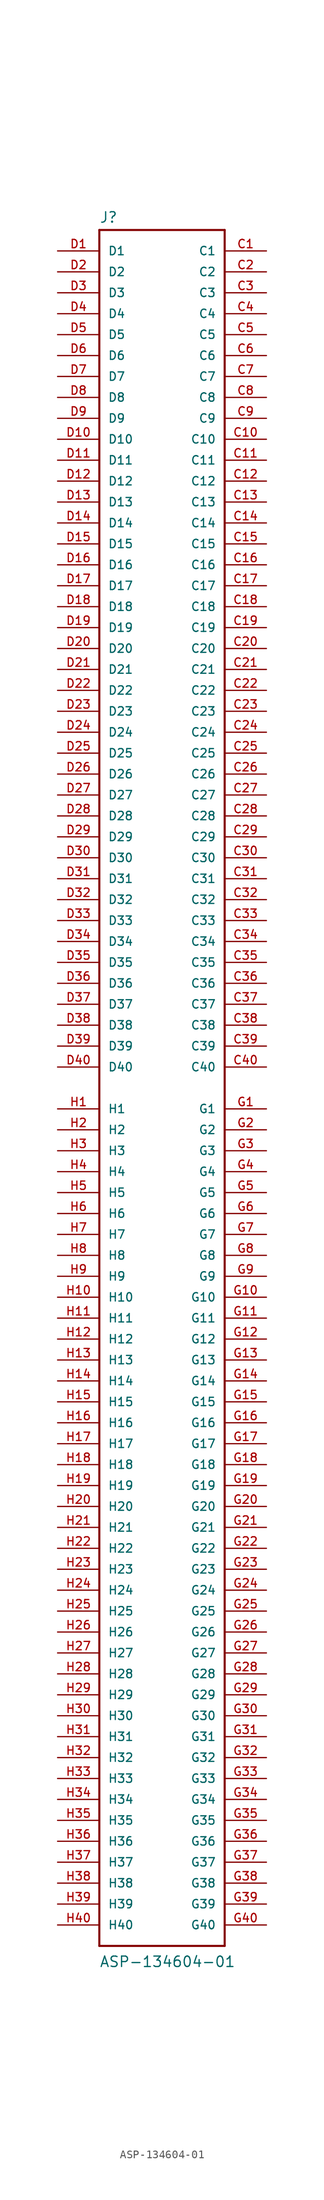
<source format=kicad_sym>
(kicad_symbol_lib
  (version 20211014)
  (generator kicad_symbol_editor)
  (symbol "ASP-134604-01"
    (pin_names
      (offset 1.016))
    (property "Reference" "J"
      (at -7.62 104.927 0)
      (effects (font (size 1.27 1.27)) (justify left bottom)))
    (property "Value" "ASP-134604-01"
      (at -7.62 -106.807 0)
      (effects (font (size 1.27 1.27)) (justify left bottom)))
    (symbol "ASP-134604-01_0_0"
      (polyline (pts (xy -7.62 -104.14) (xy 7.62 -104.14)) (stroke (width 0.254) (type default) (color 0 0 0 0)) (fill (type none)))
      (polyline (pts (xy -7.62 104.14) (xy -7.62 -104.14)) (stroke (width 0.254) (type default) (color 0 0 0 0)) (fill (type none)))
      (polyline (pts (xy 7.62 -104.14) (xy 7.62 104.14)) (stroke (width 0.254) (type default) (color 0 0 0 0)) (fill (type none)))
      (polyline (pts (xy 7.62 104.14) (xy -7.62 104.14)) (stroke (width 0.254) (type default) (color 0 0 0 0)) (fill (type none)))
      (pin passive line (at 12.7 101.6 180) (length 5.08) (name "C1" (effects (font (size 1.016 1.016)))) (number "C1" (effects (font (size 1.016 1.016)))))
      (pin passive line (at 12.7 78.74 180) (length 5.08) (name "C10" (effects (font (size 1.016 1.016)))) (number "C10" (effects (font (size 1.016 1.016)))))
      (pin passive line (at 12.7 76.2 180) (length 5.08) (name "C11" (effects (font (size 1.016 1.016)))) (number "C11" (effects (font (size 1.016 1.016)))))
      (pin passive line (at 12.7 73.66 180) (length 5.08) (name "C12" (effects (font (size 1.016 1.016)))) (number "C12" (effects (font (size 1.016 1.016)))))
      (pin passive line (at 12.7 71.12 180) (length 5.08) (name "C13" (effects (font (size 1.016 1.016)))) (number "C13" (effects (font (size 1.016 1.016)))))
      (pin passive line (at 12.7 68.58 180) (length 5.08) (name "C14" (effects (font (size 1.016 1.016)))) (number "C14" (effects (font (size 1.016 1.016)))))
      (pin passive line (at 12.7 66.04 180) (length 5.08) (name "C15" (effects (font (size 1.016 1.016)))) (number "C15" (effects (font (size 1.016 1.016)))))
      (pin passive line (at 12.7 63.5 180) (length 5.08) (name "C16" (effects (font (size 1.016 1.016)))) (number "C16" (effects (font (size 1.016 1.016)))))
      (pin passive line (at 12.7 60.96 180) (length 5.08) (name "C17" (effects (font (size 1.016 1.016)))) (number "C17" (effects (font (size 1.016 1.016)))))
      (pin passive line (at 12.7 58.42 180) (length 5.08) (name "C18" (effects (font (size 1.016 1.016)))) (number "C18" (effects (font (size 1.016 1.016)))))
      (pin passive line (at 12.7 55.88 180) (length 5.08) (name "C19" (effects (font (size 1.016 1.016)))) (number "C19" (effects (font (size 1.016 1.016)))))
      (pin passive line (at 12.7 99.06 180) (length 5.08) (name "C2" (effects (font (size 1.016 1.016)))) (number "C2" (effects (font (size 1.016 1.016)))))
      (pin passive line (at 12.7 53.34 180) (length 5.08) (name "C20" (effects (font (size 1.016 1.016)))) (number "C20" (effects (font (size 1.016 1.016)))))
      (pin passive line (at 12.7 50.8 180) (length 5.08) (name "C21" (effects (font (size 1.016 1.016)))) (number "C21" (effects (font (size 1.016 1.016)))))
      (pin passive line (at 12.7 48.26 180) (length 5.08) (name "C22" (effects (font (size 1.016 1.016)))) (number "C22" (effects (font (size 1.016 1.016)))))
      (pin passive line (at 12.7 45.72 180) (length 5.08) (name "C23" (effects (font (size 1.016 1.016)))) (number "C23" (effects (font (size 1.016 1.016)))))
      (pin passive line (at 12.7 43.18 180) (length 5.08) (name "C24" (effects (font (size 1.016 1.016)))) (number "C24" (effects (font (size 1.016 1.016)))))
      (pin passive line (at 12.7 40.64 180) (length 5.08) (name "C25" (effects (font (size 1.016 1.016)))) (number "C25" (effects (font (size 1.016 1.016)))))
      (pin passive line (at 12.7 38.1 180) (length 5.08) (name "C26" (effects (font (size 1.016 1.016)))) (number "C26" (effects (font (size 1.016 1.016)))))
      (pin passive line (at 12.7 35.56 180) (length 5.08) (name "C27" (effects (font (size 1.016 1.016)))) (number "C27" (effects (font (size 1.016 1.016)))))
      (pin passive line (at 12.7 33.02 180) (length 5.08) (name "C28" (effects (font (size 1.016 1.016)))) (number "C28" (effects (font (size 1.016 1.016)))))
      (pin passive line (at 12.7 30.48 180) (length 5.08) (name "C29" (effects (font (size 1.016 1.016)))) (number "C29" (effects (font (size 1.016 1.016)))))
      (pin passive line (at 12.7 96.52 180) (length 5.08) (name "C3" (effects (font (size 1.016 1.016)))) (number "C3" (effects (font (size 1.016 1.016)))))
      (pin passive line (at 12.7 27.94 180) (length 5.08) (name "C30" (effects (font (size 1.016 1.016)))) (number "C30" (effects (font (size 1.016 1.016)))))
      (pin passive line (at 12.7 25.4 180) (length 5.08) (name "C31" (effects (font (size 1.016 1.016)))) (number "C31" (effects (font (size 1.016 1.016)))))
      (pin passive line (at 12.7 22.86 180) (length 5.08) (name "C32" (effects (font (size 1.016 1.016)))) (number "C32" (effects (font (size 1.016 1.016)))))
      (pin passive line (at 12.7 20.32 180) (length 5.08) (name "C33" (effects (font (size 1.016 1.016)))) (number "C33" (effects (font (size 1.016 1.016)))))
      (pin passive line (at 12.7 17.78 180) (length 5.08) (name "C34" (effects (font (size 1.016 1.016)))) (number "C34" (effects (font (size 1.016 1.016)))))
      (pin passive line (at 12.7 15.24 180) (length 5.08) (name "C35" (effects (font (size 1.016 1.016)))) (number "C35" (effects (font (size 1.016 1.016)))))
      (pin passive line (at 12.7 12.7 180) (length 5.08) (name "C36" (effects (font (size 1.016 1.016)))) (number "C36" (effects (font (size 1.016 1.016)))))
      (pin passive line (at 12.7 10.16 180) (length 5.08) (name "C37" (effects (font (size 1.016 1.016)))) (number "C37" (effects (font (size 1.016 1.016)))))
      (pin passive line (at 12.7 7.62 180) (length 5.08) (name "C38" (effects (font (size 1.016 1.016)))) (number "C38" (effects (font (size 1.016 1.016)))))
      (pin passive line (at 12.7 5.08 180) (length 5.08) (name "C39" (effects (font (size 1.016 1.016)))) (number "C39" (effects (font (size 1.016 1.016)))))
      (pin passive line (at 12.7 93.98 180) (length 5.08) (name "C4" (effects (font (size 1.016 1.016)))) (number "C4" (effects (font (size 1.016 1.016)))))
      (pin passive line (at 12.7 2.54 180) (length 5.08) (name "C40" (effects (font (size 1.016 1.016)))) (number "C40" (effects (font (size 1.016 1.016)))))
      (pin passive line (at 12.7 91.44 180) (length 5.08) (name "C5" (effects (font (size 1.016 1.016)))) (number "C5" (effects (font (size 1.016 1.016)))))
      (pin passive line (at 12.7 88.9 180) (length 5.08) (name "C6" (effects (font (size 1.016 1.016)))) (number "C6" (effects (font (size 1.016 1.016)))))
      (pin passive line (at 12.7 86.36 180) (length 5.08) (name "C7" (effects (font (size 1.016 1.016)))) (number "C7" (effects (font (size 1.016 1.016)))))
      (pin passive line (at 12.7 83.82 180) (length 5.08) (name "C8" (effects (font (size 1.016 1.016)))) (number "C8" (effects (font (size 1.016 1.016)))))
      (pin passive line (at 12.7 81.28 180) (length 5.08) (name "C9" (effects (font (size 1.016 1.016)))) (number "C9" (effects (font (size 1.016 1.016)))))
      (pin passive line (at -12.7 101.6 0) (length 5.08) (name "D1" (effects (font (size 1.016 1.016)))) (number "D1" (effects (font (size 1.016 1.016)))))
      (pin passive line (at -12.7 78.74 0) (length 5.08) (name "D10" (effects (font (size 1.016 1.016)))) (number "D10" (effects (font (size 1.016 1.016)))))
      (pin passive line (at -12.7 76.2 0) (length 5.08) (name "D11" (effects (font (size 1.016 1.016)))) (number "D11" (effects (font (size 1.016 1.016)))))
      (pin passive line (at -12.7 73.66 0) (length 5.08) (name "D12" (effects (font (size 1.016 1.016)))) (number "D12" (effects (font (size 1.016 1.016)))))
      (pin passive line (at -12.7 71.12 0) (length 5.08) (name "D13" (effects (font (size 1.016 1.016)))) (number "D13" (effects (font (size 1.016 1.016)))))
      (pin passive line (at -12.7 68.58 0) (length 5.08) (name "D14" (effects (font (size 1.016 1.016)))) (number "D14" (effects (font (size 1.016 1.016)))))
      (pin passive line (at -12.7 66.04 0) (length 5.08) (name "D15" (effects (font (size 1.016 1.016)))) (number "D15" (effects (font (size 1.016 1.016)))))
      (pin passive line (at -12.7 63.5 0) (length 5.08) (name "D16" (effects (font (size 1.016 1.016)))) (number "D16" (effects (font (size 1.016 1.016)))))
      (pin passive line (at -12.7 60.96 0) (length 5.08) (name "D17" (effects (font (size 1.016 1.016)))) (number "D17" (effects (font (size 1.016 1.016)))))
      (pin passive line (at -12.7 58.42 0) (length 5.08) (name "D18" (effects (font (size 1.016 1.016)))) (number "D18" (effects (font (size 1.016 1.016)))))
      (pin passive line (at -12.7 55.88 0) (length 5.08) (name "D19" (effects (font (size 1.016 1.016)))) (number "D19" (effects (font (size 1.016 1.016)))))
      (pin passive line (at -12.7 99.06 0) (length 5.08) (name "D2" (effects (font (size 1.016 1.016)))) (number "D2" (effects (font (size 1.016 1.016)))))
      (pin passive line (at -12.7 53.34 0) (length 5.08) (name "D20" (effects (font (size 1.016 1.016)))) (number "D20" (effects (font (size 1.016 1.016)))))
      (pin passive line (at -12.7 50.8 0) (length 5.08) (name "D21" (effects (font (size 1.016 1.016)))) (number "D21" (effects (font (size 1.016 1.016)))))
      (pin passive line (at -12.7 48.26 0) (length 5.08) (name "D22" (effects (font (size 1.016 1.016)))) (number "D22" (effects (font (size 1.016 1.016)))))
      (pin passive line (at -12.7 45.72 0) (length 5.08) (name "D23" (effects (font (size 1.016 1.016)))) (number "D23" (effects (font (size 1.016 1.016)))))
      (pin passive line (at -12.7 43.18 0) (length 5.08) (name "D24" (effects (font (size 1.016 1.016)))) (number "D24" (effects (font (size 1.016 1.016)))))
      (pin passive line (at -12.7 40.64 0) (length 5.08) (name "D25" (effects (font (size 1.016 1.016)))) (number "D25" (effects (font (size 1.016 1.016)))))
      (pin passive line (at -12.7 38.1 0) (length 5.08) (name "D26" (effects (font (size 1.016 1.016)))) (number "D26" (effects (font (size 1.016 1.016)))))
      (pin passive line (at -12.7 35.56 0) (length 5.08) (name "D27" (effects (font (size 1.016 1.016)))) (number "D27" (effects (font (size 1.016 1.016)))))
      (pin passive line (at -12.7 33.02 0) (length 5.08) (name "D28" (effects (font (size 1.016 1.016)))) (number "D28" (effects (font (size 1.016 1.016)))))
      (pin passive line (at -12.7 30.48 0) (length 5.08) (name "D29" (effects (font (size 1.016 1.016)))) (number "D29" (effects (font (size 1.016 1.016)))))
      (pin passive line (at -12.7 96.52 0) (length 5.08) (name "D3" (effects (font (size 1.016 1.016)))) (number "D3" (effects (font (size 1.016 1.016)))))
      (pin passive line (at -12.7 27.94 0) (length 5.08) (name "D30" (effects (font (size 1.016 1.016)))) (number "D30" (effects (font (size 1.016 1.016)))))
      (pin passive line (at -12.7 25.4 0) (length 5.08) (name "D31" (effects (font (size 1.016 1.016)))) (number "D31" (effects (font (size 1.016 1.016)))))
      (pin passive line (at -12.7 22.86 0) (length 5.08) (name "D32" (effects (font (size 1.016 1.016)))) (number "D32" (effects (font (size 1.016 1.016)))))
      (pin passive line (at -12.7 20.32 0) (length 5.08) (name "D33" (effects (font (size 1.016 1.016)))) (number "D33" (effects (font (size 1.016 1.016)))))
      (pin passive line (at -12.7 17.78 0) (length 5.08) (name "D34" (effects (font (size 1.016 1.016)))) (number "D34" (effects (font (size 1.016 1.016)))))
      (pin passive line (at -12.7 15.24 0) (length 5.08) (name "D35" (effects (font (size 1.016 1.016)))) (number "D35" (effects (font (size 1.016 1.016)))))
      (pin passive line (at -12.7 12.7 0) (length 5.08) (name "D36" (effects (font (size 1.016 1.016)))) (number "D36" (effects (font (size 1.016 1.016)))))
      (pin passive line (at -12.7 10.16 0) (length 5.08) (name "D37" (effects (font (size 1.016 1.016)))) (number "D37" (effects (font (size 1.016 1.016)))))
      (pin passive line (at -12.7 7.62 0) (length 5.08) (name "D38" (effects (font (size 1.016 1.016)))) (number "D38" (effects (font (size 1.016 1.016)))))
      (pin passive line (at -12.7 5.08 0) (length 5.08) (name "D39" (effects (font (size 1.016 1.016)))) (number "D39" (effects (font (size 1.016 1.016)))))
      (pin passive line (at -12.7 93.98 0) (length 5.08) (name "D4" (effects (font (size 1.016 1.016)))) (number "D4" (effects (font (size 1.016 1.016)))))
      (pin passive line (at -12.7 2.54 0) (length 5.08) (name "D40" (effects (font (size 1.016 1.016)))) (number "D40" (effects (font (size 1.016 1.016)))))
      (pin passive line (at -12.7 91.44 0) (length 5.08) (name "D5" (effects (font (size 1.016 1.016)))) (number "D5" (effects (font (size 1.016 1.016)))))
      (pin passive line (at -12.7 88.9 0) (length 5.08) (name "D6" (effects (font (size 1.016 1.016)))) (number "D6" (effects (font (size 1.016 1.016)))))
      (pin passive line (at -12.7 86.36 0) (length 5.08) (name "D7" (effects (font (size 1.016 1.016)))) (number "D7" (effects (font (size 1.016 1.016)))))
      (pin passive line (at -12.7 83.82 0) (length 5.08) (name "D8" (effects (font (size 1.016 1.016)))) (number "D8" (effects (font (size 1.016 1.016)))))
      (pin passive line (at -12.7 81.28 0) (length 5.08) (name "D9" (effects (font (size 1.016 1.016)))) (number "D9" (effects (font (size 1.016 1.016)))))
      (pin passive line (at 12.7 -2.54 180) (length 5.08) (name "G1" (effects (font (size 1.016 1.016)))) (number "G1" (effects (font (size 1.016 1.016)))))
      (pin passive line (at 12.7 -25.4 180) (length 5.08) (name "G10" (effects (font (size 1.016 1.016)))) (number "G10" (effects (font (size 1.016 1.016)))))
      (pin passive line (at 12.7 -27.94 180) (length 5.08) (name "G11" (effects (font (size 1.016 1.016)))) (number "G11" (effects (font (size 1.016 1.016)))))
      (pin passive line (at 12.7 -30.48 180) (length 5.08) (name "G12" (effects (font (size 1.016 1.016)))) (number "G12" (effects (font (size 1.016 1.016)))))
      (pin passive line (at 12.7 -33.02 180) (length 5.08) (name "G13" (effects (font (size 1.016 1.016)))) (number "G13" (effects (font (size 1.016 1.016)))))
      (pin passive line (at 12.7 -35.56 180) (length 5.08) (name "G14" (effects (font (size 1.016 1.016)))) (number "G14" (effects (font (size 1.016 1.016)))))
      (pin passive line (at 12.7 -38.1 180) (length 5.08) (name "G15" (effects (font (size 1.016 1.016)))) (number "G15" (effects (font (size 1.016 1.016)))))
      (pin passive line (at 12.7 -40.64 180) (length 5.08) (name "G16" (effects (font (size 1.016 1.016)))) (number "G16" (effects (font (size 1.016 1.016)))))
      (pin passive line (at 12.7 -43.18 180) (length 5.08) (name "G17" (effects (font (size 1.016 1.016)))) (number "G17" (effects (font (size 1.016 1.016)))))
      (pin passive line (at 12.7 -45.72 180) (length 5.08) (name "G18" (effects (font (size 1.016 1.016)))) (number "G18" (effects (font (size 1.016 1.016)))))
      (pin passive line (at 12.7 -48.26 180) (length 5.08) (name "G19" (effects (font (size 1.016 1.016)))) (number "G19" (effects (font (size 1.016 1.016)))))
      (pin passive line (at 12.7 -5.08 180) (length 5.08) (name "G2" (effects (font (size 1.016 1.016)))) (number "G2" (effects (font (size 1.016 1.016)))))
      (pin passive line (at 12.7 -50.8 180) (length 5.08) (name "G20" (effects (font (size 1.016 1.016)))) (number "G20" (effects (font (size 1.016 1.016)))))
      (pin passive line (at 12.7 -53.34 180) (length 5.08) (name "G21" (effects (font (size 1.016 1.016)))) (number "G21" (effects (font (size 1.016 1.016)))))
      (pin passive line (at 12.7 -55.88 180) (length 5.08) (name "G22" (effects (font (size 1.016 1.016)))) (number "G22" (effects (font (size 1.016 1.016)))))
      (pin passive line (at 12.7 -58.42 180) (length 5.08) (name "G23" (effects (font (size 1.016 1.016)))) (number "G23" (effects (font (size 1.016 1.016)))))
      (pin passive line (at 12.7 -60.96 180) (length 5.08) (name "G24" (effects (font (size 1.016 1.016)))) (number "G24" (effects (font (size 1.016 1.016)))))
      (pin passive line (at 12.7 -63.5 180) (length 5.08) (name "G25" (effects (font (size 1.016 1.016)))) (number "G25" (effects (font (size 1.016 1.016)))))
      (pin passive line (at 12.7 -66.04 180) (length 5.08) (name "G26" (effects (font (size 1.016 1.016)))) (number "G26" (effects (font (size 1.016 1.016)))))
      (pin passive line (at 12.7 -68.58 180) (length 5.08) (name "G27" (effects (font (size 1.016 1.016)))) (number "G27" (effects (font (size 1.016 1.016)))))
      (pin passive line (at 12.7 -71.12 180) (length 5.08) (name "G28" (effects (font (size 1.016 1.016)))) (number "G28" (effects (font (size 1.016 1.016)))))
      (pin passive line (at 12.7 -73.66 180) (length 5.08) (name "G29" (effects (font (size 1.016 1.016)))) (number "G29" (effects (font (size 1.016 1.016)))))
      (pin passive line (at 12.7 -7.62 180) (length 5.08) (name "G3" (effects (font (size 1.016 1.016)))) (number "G3" (effects (font (size 1.016 1.016)))))
      (pin passive line (at 12.7 -76.2 180) (length 5.08) (name "G30" (effects (font (size 1.016 1.016)))) (number "G30" (effects (font (size 1.016 1.016)))))
      (pin passive line (at 12.7 -78.74 180) (length 5.08) (name "G31" (effects (font (size 1.016 1.016)))) (number "G31" (effects (font (size 1.016 1.016)))))
      (pin passive line (at 12.7 -81.28 180) (length 5.08) (name "G32" (effects (font (size 1.016 1.016)))) (number "G32" (effects (font (size 1.016 1.016)))))
      (pin passive line (at 12.7 -83.82 180) (length 5.08) (name "G33" (effects (font (size 1.016 1.016)))) (number "G33" (effects (font (size 1.016 1.016)))))
      (pin passive line (at 12.7 -86.36 180) (length 5.08) (name "G34" (effects (font (size 1.016 1.016)))) (number "G34" (effects (font (size 1.016 1.016)))))
      (pin passive line (at 12.7 -88.9 180) (length 5.08) (name "G35" (effects (font (size 1.016 1.016)))) (number "G35" (effects (font (size 1.016 1.016)))))
      (pin passive line (at 12.7 -91.44 180) (length 5.08) (name "G36" (effects (font (size 1.016 1.016)))) (number "G36" (effects (font (size 1.016 1.016)))))
      (pin passive line (at 12.7 -93.98 180) (length 5.08) (name "G37" (effects (font (size 1.016 1.016)))) (number "G37" (effects (font (size 1.016 1.016)))))
      (pin passive line (at 12.7 -96.52 180) (length 5.08) (name "G38" (effects (font (size 1.016 1.016)))) (number "G38" (effects (font (size 1.016 1.016)))))
      (pin passive line (at 12.7 -99.06 180) (length 5.08) (name "G39" (effects (font (size 1.016 1.016)))) (number "G39" (effects (font (size 1.016 1.016)))))
      (pin passive line (at 12.7 -10.16 180) (length 5.08) (name "G4" (effects (font (size 1.016 1.016)))) (number "G4" (effects (font (size 1.016 1.016)))))
      (pin passive line (at 12.7 -101.6 180) (length 5.08) (name "G40" (effects (font (size 1.016 1.016)))) (number "G40" (effects (font (size 1.016 1.016)))))
      (pin passive line (at 12.7 -12.7 180) (length 5.08) (name "G5" (effects (font (size 1.016 1.016)))) (number "G5" (effects (font (size 1.016 1.016)))))
      (pin passive line (at 12.7 -15.24 180) (length 5.08) (name "G6" (effects (font (size 1.016 1.016)))) (number "G6" (effects (font (size 1.016 1.016)))))
      (pin passive line (at 12.7 -17.78 180) (length 5.08) (name "G7" (effects (font (size 1.016 1.016)))) (number "G7" (effects (font (size 1.016 1.016)))))
      (pin passive line (at 12.7 -20.32 180) (length 5.08) (name "G8" (effects (font (size 1.016 1.016)))) (number "G8" (effects (font (size 1.016 1.016)))))
      (pin passive line (at 12.7 -22.86 180) (length 5.08) (name "G9" (effects (font (size 1.016 1.016)))) (number "G9" (effects (font (size 1.016 1.016)))))
      (pin passive line (at -12.7 -2.54 0) (length 5.08) (name "H1" (effects (font (size 1.016 1.016)))) (number "H1" (effects (font (size 1.016 1.016)))))
      (pin passive line (at -12.7 -25.4 0) (length 5.08) (name "H10" (effects (font (size 1.016 1.016)))) (number "H10" (effects (font (size 1.016 1.016)))))
      (pin passive line (at -12.7 -27.94 0) (length 5.08) (name "H11" (effects (font (size 1.016 1.016)))) (number "H11" (effects (font (size 1.016 1.016)))))
      (pin passive line (at -12.7 -30.48 0) (length 5.08) (name "H12" (effects (font (size 1.016 1.016)))) (number "H12" (effects (font (size 1.016 1.016)))))
      (pin passive line (at -12.7 -33.02 0) (length 5.08) (name "H13" (effects (font (size 1.016 1.016)))) (number "H13" (effects (font (size 1.016 1.016)))))
      (pin passive line (at -12.7 -35.56 0) (length 5.08) (name "H14" (effects (font (size 1.016 1.016)))) (number "H14" (effects (font (size 1.016 1.016)))))
      (pin passive line (at -12.7 -38.1 0) (length 5.08) (name "H15" (effects (font (size 1.016 1.016)))) (number "H15" (effects (font (size 1.016 1.016)))))
      (pin passive line (at -12.7 -40.64 0) (length 5.08) (name "H16" (effects (font (size 1.016 1.016)))) (number "H16" (effects (font (size 1.016 1.016)))))
      (pin passive line (at -12.7 -43.18 0) (length 5.08) (name "H17" (effects (font (size 1.016 1.016)))) (number "H17" (effects (font (size 1.016 1.016)))))
      (pin passive line (at -12.7 -45.72 0) (length 5.08) (name "H18" (effects (font (size 1.016 1.016)))) (number "H18" (effects (font (size 1.016 1.016)))))
      (pin passive line (at -12.7 -48.26 0) (length 5.08) (name "H19" (effects (font (size 1.016 1.016)))) (number "H19" (effects (font (size 1.016 1.016)))))
      (pin passive line (at -12.7 -5.08 0) (length 5.08) (name "H2" (effects (font (size 1.016 1.016)))) (number "H2" (effects (font (size 1.016 1.016)))))
      (pin passive line (at -12.7 -50.8 0) (length 5.08) (name "H20" (effects (font (size 1.016 1.016)))) (number "H20" (effects (font (size 1.016 1.016)))))
      (pin passive line (at -12.7 -53.34 0) (length 5.08) (name "H21" (effects (font (size 1.016 1.016)))) (number "H21" (effects (font (size 1.016 1.016)))))
      (pin passive line (at -12.7 -55.88 0) (length 5.08) (name "H22" (effects (font (size 1.016 1.016)))) (number "H22" (effects (font (size 1.016 1.016)))))
      (pin passive line (at -12.7 -58.42 0) (length 5.08) (name "H23" (effects (font (size 1.016 1.016)))) (number "H23" (effects (font (size 1.016 1.016)))))
      (pin passive line (at -12.7 -60.96 0) (length 5.08) (name "H24" (effects (font (size 1.016 1.016)))) (number "H24" (effects (font (size 1.016 1.016)))))
      (pin passive line (at -12.7 -63.5 0) (length 5.08) (name "H25" (effects (font (size 1.016 1.016)))) (number "H25" (effects (font (size 1.016 1.016)))))
      (pin passive line (at -12.7 -66.04 0) (length 5.08) (name "H26" (effects (font (size 1.016 1.016)))) (number "H26" (effects (font (size 1.016 1.016)))))
      (pin passive line (at -12.7 -68.58 0) (length 5.08) (name "H27" (effects (font (size 1.016 1.016)))) (number "H27" (effects (font (size 1.016 1.016)))))
      (pin passive line (at -12.7 -71.12 0) (length 5.08) (name "H28" (effects (font (size 1.016 1.016)))) (number "H28" (effects (font (size 1.016 1.016)))))
      (pin passive line (at -12.7 -73.66 0) (length 5.08) (name "H29" (effects (font (size 1.016 1.016)))) (number "H29" (effects (font (size 1.016 1.016)))))
      (pin passive line (at -12.7 -7.62 0) (length 5.08) (name "H3" (effects (font (size 1.016 1.016)))) (number "H3" (effects (font (size 1.016 1.016)))))
      (pin passive line (at -12.7 -76.2 0) (length 5.08) (name "H30" (effects (font (size 1.016 1.016)))) (number "H30" (effects (font (size 1.016 1.016)))))
      (pin passive line (at -12.7 -78.74 0) (length 5.08) (name "H31" (effects (font (size 1.016 1.016)))) (number "H31" (effects (font (size 1.016 1.016)))))
      (pin passive line (at -12.7 -81.28 0) (length 5.08) (name "H32" (effects (font (size 1.016 1.016)))) (number "H32" (effects (font (size 1.016 1.016)))))
      (pin passive line (at -12.7 -83.82 0) (length 5.08) (name "H33" (effects (font (size 1.016 1.016)))) (number "H33" (effects (font (size 1.016 1.016)))))
      (pin passive line (at -12.7 -86.36 0) (length 5.08) (name "H34" (effects (font (size 1.016 1.016)))) (number "H34" (effects (font (size 1.016 1.016)))))
      (pin passive line (at -12.7 -88.9 0) (length 5.08) (name "H35" (effects (font (size 1.016 1.016)))) (number "H35" (effects (font (size 1.016 1.016)))))
      (pin passive line (at -12.7 -91.44 0) (length 5.08) (name "H36" (effects (font (size 1.016 1.016)))) (number "H36" (effects (font (size 1.016 1.016)))))
      (pin passive line (at -12.7 -93.98 0) (length 5.08) (name "H37" (effects (font (size 1.016 1.016)))) (number "H37" (effects (font (size 1.016 1.016)))))
      (pin passive line (at -12.7 -96.52 0) (length 5.08) (name "H38" (effects (font (size 1.016 1.016)))) (number "H38" (effects (font (size 1.016 1.016)))))
      (pin passive line (at -12.7 -99.06 0) (length 5.08) (name "H39" (effects (font (size 1.016 1.016)))) (number "H39" (effects (font (size 1.016 1.016)))))
      (pin passive line (at -12.7 -10.16 0) (length 5.08) (name "H4" (effects (font (size 1.016 1.016)))) (number "H4" (effects (font (size 1.016 1.016)))))
      (pin passive line (at -12.7 -101.6 0) (length 5.08) (name "H40" (effects (font (size 1.016 1.016)))) (number "H40" (effects (font (size 1.016 1.016)))))
      (pin passive line (at -12.7 -12.7 0) (length 5.08) (name "H5" (effects (font (size 1.016 1.016)))) (number "H5" (effects (font (size 1.016 1.016)))))
      (pin passive line (at -12.7 -15.24 0) (length 5.08) (name "H6" (effects (font (size 1.016 1.016)))) (number "H6" (effects (font (size 1.016 1.016)))))
      (pin passive line (at -12.7 -17.78 0) (length 5.08) (name "H7" (effects (font (size 1.016 1.016)))) (number "H7" (effects (font (size 1.016 1.016)))))
      (pin passive line (at -12.7 -20.32 0) (length 5.08) (name "H8" (effects (font (size 1.016 1.016)))) (number "H8" (effects (font (size 1.016 1.016)))))
      (pin passive line (at -12.7 -22.86 0) (length 5.08) (name "H9" (effects (font (size 1.016 1.016)))) (number "H9" (effects (font (size 1.016 1.016))))))))
</source>
